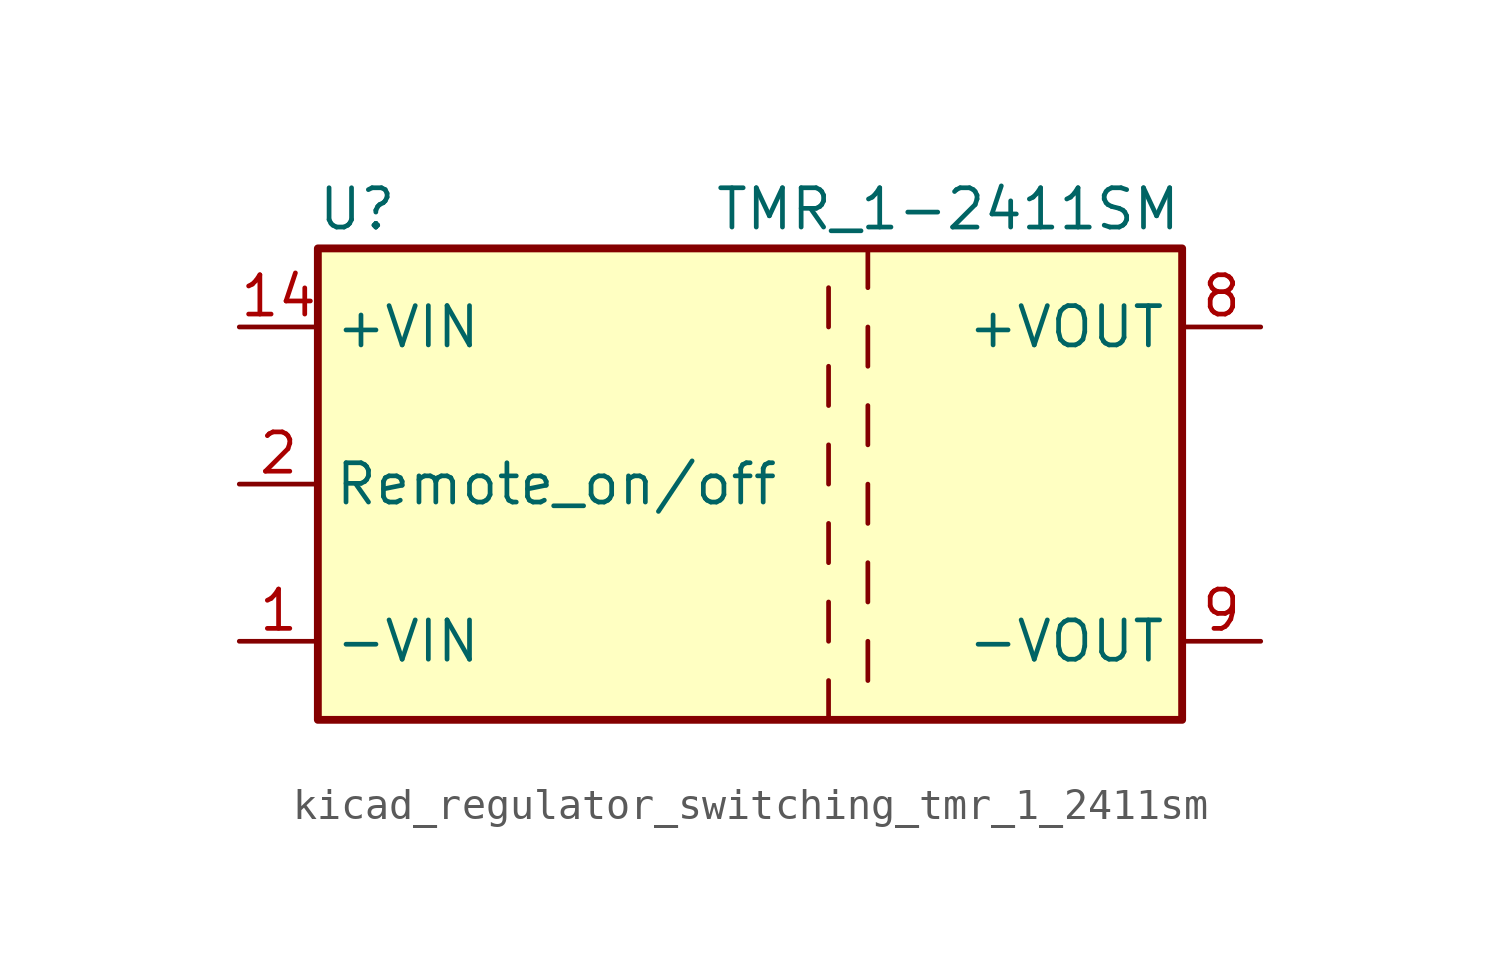
<source format=kicad_sym>
(kicad_symbol_lib
  (version 20220914)
  (generator kicad_symbol_editor)
  (symbol "kicad_regulator_switching_tmr_1_2411sm"
    (property "Reference" "U"
      (at -16.51 8.89 0)
      (effects (font (size 1.27 1.27))))
    (property "Value" "TMR_1-2411SM"
      (at 10.16 8.89 0)
      (effects (font (size 1.27 1.27)) (justify right)))
    (symbol "kicad_regulator_switching_tmr_1_2411sm_0_1"
      (rectangle (start -17.78 7.62) (end 10.16 -7.62) (stroke (width 0.254) (type default)) (fill (type background)))
      (polyline (pts (xy -1.27 -6.35) (xy -1.27 -7.62)) (stroke (width 0) (type default)) (fill (type none)))
      (polyline (pts (xy -1.27 -3.81) (xy -1.27 -5.08)) (stroke (width 0) (type default)) (fill (type none)))
      (polyline (pts (xy -1.27 -1.27) (xy -1.27 -2.54)) (stroke (width 0) (type default)) (fill (type none)))
      (polyline (pts (xy -1.27 1.27) (xy -1.27 0)) (stroke (width 0) (type default)) (fill (type none)))
      (polyline (pts (xy -1.27 3.81) (xy -1.27 2.54)) (stroke (width 0) (type default)) (fill (type none)))
      (polyline (pts (xy -1.27 6.35) (xy -1.27 5.08)) (stroke (width 0) (type default)) (fill (type none)))
      (polyline (pts (xy 0 -5.08) (xy 0 -6.35)) (stroke (width 0) (type default)) (fill (type none)))
      (polyline (pts (xy 0 -2.54) (xy 0 -3.81)) (stroke (width 0) (type default)) (fill (type none)))
      (polyline (pts (xy 0 0) (xy 0 -1.27)) (stroke (width 0) (type default)) (fill (type none)))
      (polyline (pts (xy 0 2.54) (xy 0 1.27)) (stroke (width 0) (type default)) (fill (type none)))
      (polyline (pts (xy 0 5.08) (xy 0 3.81)) (stroke (width 0) (type default)) (fill (type none)))
      (polyline (pts (xy 0 7.62) (xy 0 6.35)) (stroke (width 0) (type default)) (fill (type none))))
    (symbol "kicad_regulator_switching_tmr_1_2411sm_1_1"
      (pin power_in line (at -20.32 -5.08 0) (length 2.54) (name "-VIN" (effects (font (size 1.27 1.27)))) (number "1" (effects (font (size 1.27 1.27)))))
      (pin power_in line (at -20.32 5.08 0) (length 2.54) (name "+VIN" (effects (font (size 1.27 1.27)))) (number "14" (effects (font (size 1.27 1.27)))))
      (pin input line (at -20.32 0 0) (length 2.54) (name "Remote_on/off" (effects (font (size 1.27 1.27)))) (number "2" (effects (font (size 1.27 1.27)))))
      (pin no_connect line (at 10.16 2.54 180) (length 2.54) hide (name "NC" (effects (font (size 1.27 1.27)))) (number "6" (effects (font (size 1.27 1.27)))))
      (pin no_connect line (at 10.16 -2.54 180) (length 2.54) hide (name "NC" (effects (font (size 1.27 1.27)))) (number "7" (effects (font (size 1.27 1.27)))))
      (pin power_out line (at 12.7 5.08 180) (length 2.54) (name "+VOUT" (effects (font (size 1.27 1.27)))) (number "8" (effects (font (size 1.27 1.27)))))
      (pin power_out line (at 12.7 -5.08 180) (length 2.54) (name "-VOUT" (effects (font (size 1.27 1.27)))) (number "9" (effects (font (size 1.27 1.27))))))))
</source>
